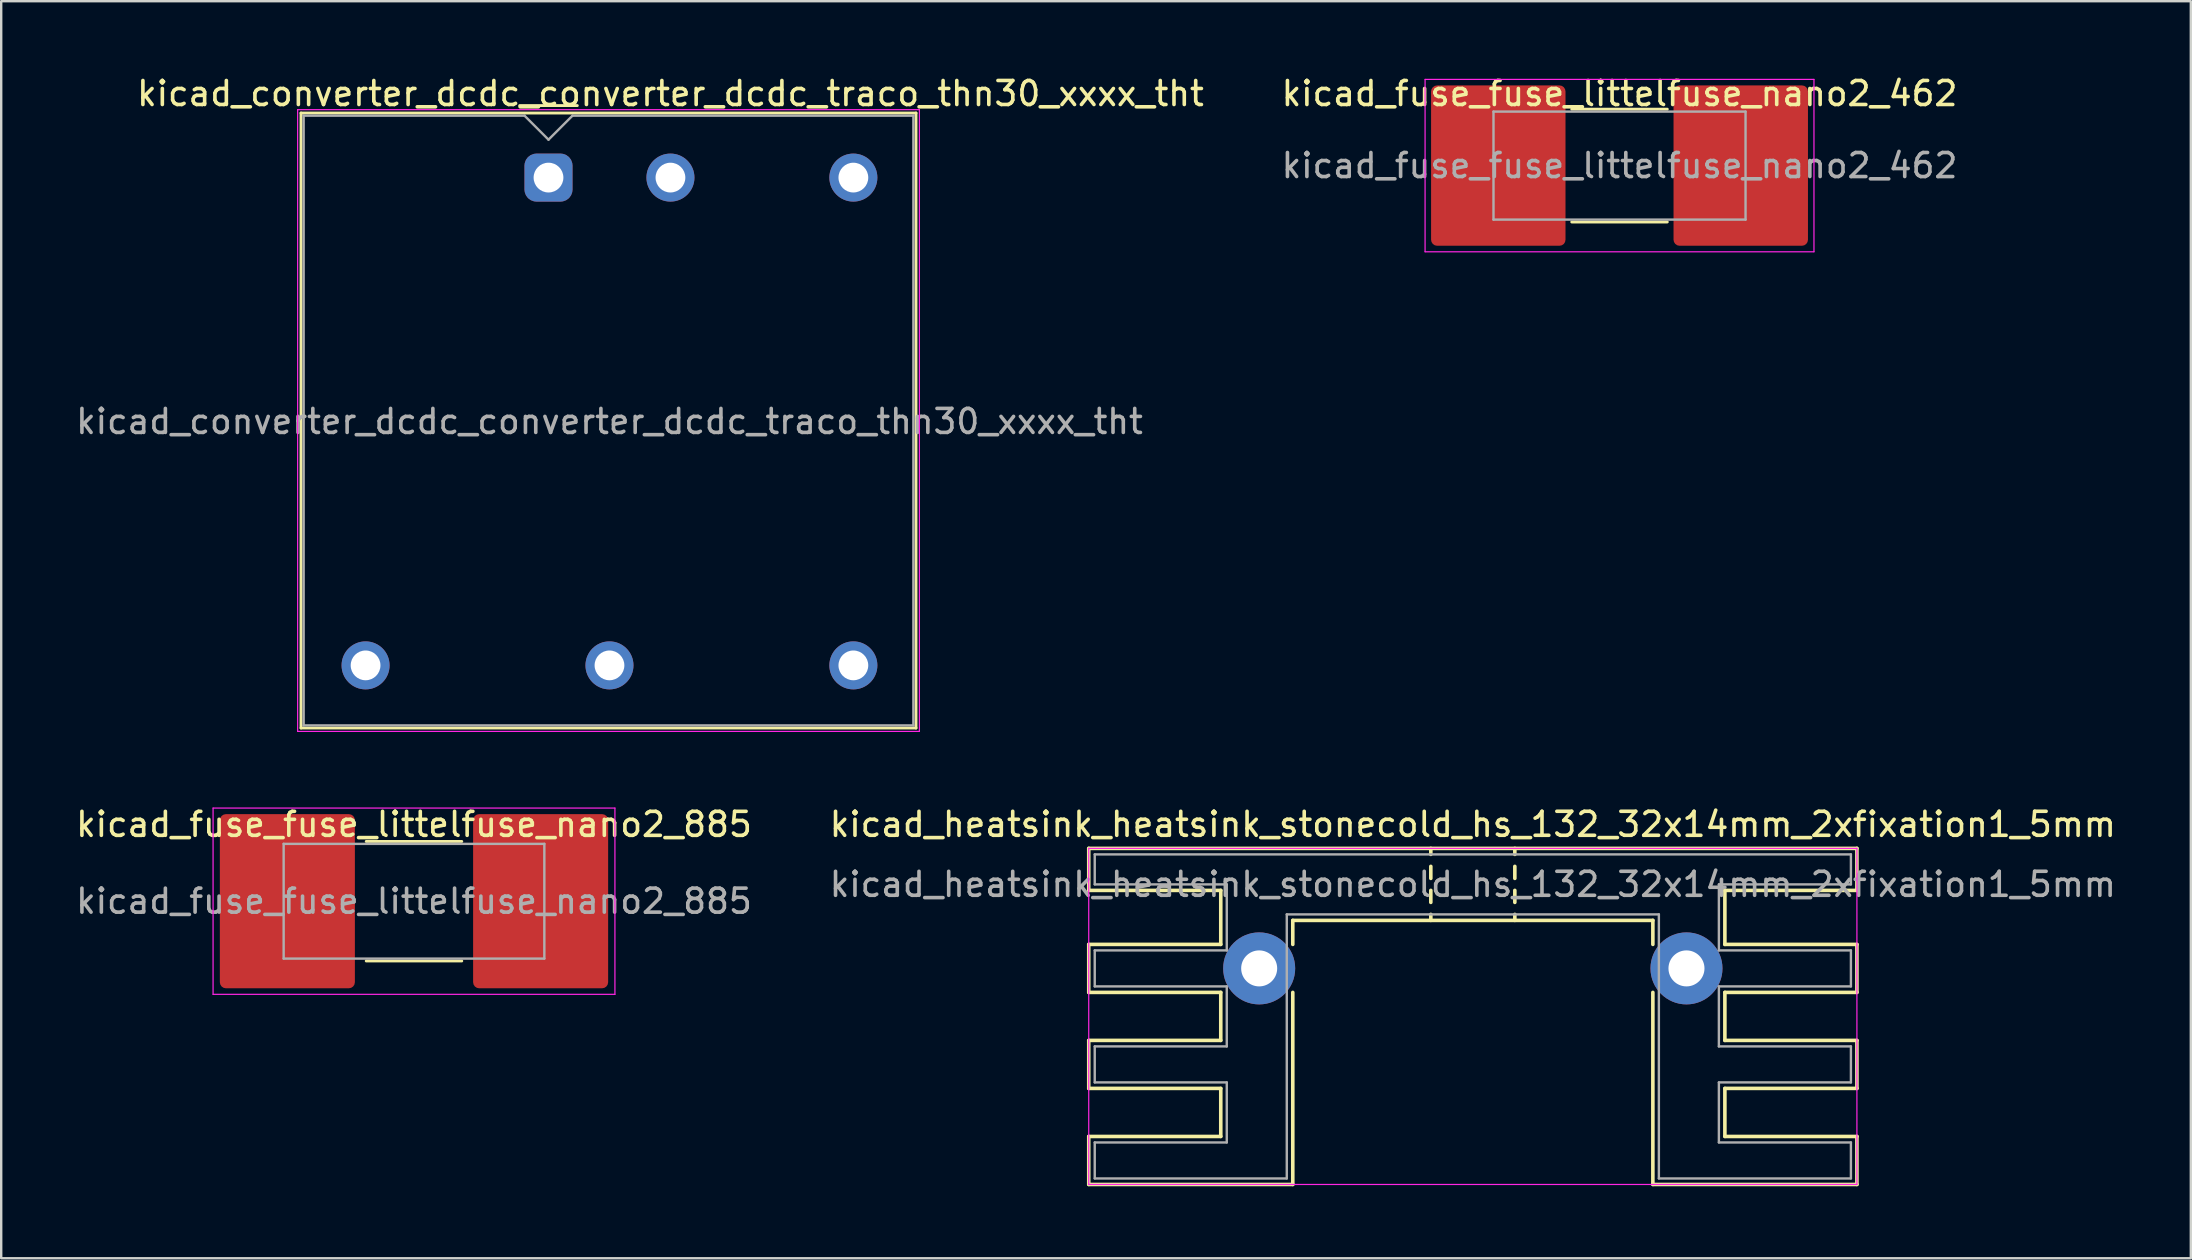
<source format=kicad_pcb>
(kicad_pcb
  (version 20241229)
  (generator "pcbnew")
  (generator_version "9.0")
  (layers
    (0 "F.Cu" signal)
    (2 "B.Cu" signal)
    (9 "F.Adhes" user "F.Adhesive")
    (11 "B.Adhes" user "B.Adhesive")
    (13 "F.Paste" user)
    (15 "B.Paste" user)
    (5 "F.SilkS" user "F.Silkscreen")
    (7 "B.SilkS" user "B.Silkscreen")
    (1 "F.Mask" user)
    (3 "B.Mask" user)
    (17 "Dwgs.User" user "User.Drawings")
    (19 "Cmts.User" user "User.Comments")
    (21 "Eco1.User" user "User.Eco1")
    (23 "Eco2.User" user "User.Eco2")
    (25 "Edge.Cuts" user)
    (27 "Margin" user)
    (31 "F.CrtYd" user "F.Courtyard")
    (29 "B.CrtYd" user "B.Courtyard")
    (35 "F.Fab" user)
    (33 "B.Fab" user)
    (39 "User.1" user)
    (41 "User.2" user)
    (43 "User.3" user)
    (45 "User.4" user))
  (footprint "kicad_fuse_fuse_littelfuse_nano2_462"
    (layer "F.Cu")
    (at 64.415 3.848)
    (property "Reference" "kicad_fuse_fuse_littelfuse_nano2_462" (at 0 -3 0) (unlocked yes) (layer "F.SilkS") (effects (font (size 1 1) (thickness 0.15))))
    (attr smd)
    (fp_line (start -1.99 -2.35) (end 1.99 -2.35) (stroke (width 0.12) (type solid)) (layer "F.SilkS"))
    (fp_line (start -1.99 2.35) (end 1.99 2.35) (stroke (width 0.12) (type solid)) (layer "F.SilkS"))
    (fp_line (start -8.1 -3.59) (end -8.1 3.59) (stroke (width 0.05) (type default)) (layer "F.CrtYd"))
    (fp_line (start -8.1 -3.59) (end 8.1 -3.59) (stroke (width 0.05) (type solid)) (layer "F.CrtYd"))
    (fp_line (start 8.1 -3.59) (end 8.1 3.59) (stroke (width 0.05) (type default)) (layer "F.CrtYd"))
    (fp_line (start 8.1 3.59) (end -8.1 3.59) (stroke (width 0.05) (type solid)) (layer "F.CrtYd"))
    (fp_line (start -5.25 -2.25) (end -5.25 2.25) (stroke (width 0.1) (type default)) (layer "F.Fab"))
    (fp_line (start -5.25 -2.25) (end 5.25 -2.25) (stroke (width 0.1) (type solid)) (layer "F.Fab"))
    (fp_line (start -5.25 2.25) (end 5.25 2.25) (stroke (width 0.1) (type solid)) (layer "F.Fab"))
    (fp_line (start 5.25 -2.25) (end 5.25 2.25) (stroke (width 0.1) (type default)) (layer "F.Fab"))
    (fp_text user "${REFERENCE}" (at 0 0 0) (layer "F.Fab") (effects (font (size 1 1) (thickness 0.15))))
    (pad "1" smd roundrect (at -5.05 0) (size 5.6 6.68) (layers "F.Cu" "F.Mask" "F.Paste") (roundrect_rratio 0.045))
    (pad "2" smd roundrect (at 5.05 0) (size 5.6 6.68) (layers "F.Cu" "F.Mask" "F.Paste") (roundrect_rratio 0.045)))
  (footprint "kicad_fuse_fuse_littelfuse_nano2_885"
    (layer "F.Cu")
    (at 14.196 34.492)
    (property "Reference" "kicad_fuse_fuse_littelfuse_nano2_885" (at 0 -3.2 0) (unlocked yes) (layer "F.SilkS") (effects (font (size 1 1) (thickness 0.15))))
    (attr smd)
    (fp_line (start -1.99 -2.49) (end 1.99 -2.49) (stroke (width 0.12) (type solid)) (layer "F.SilkS"))
    (fp_line (start -1.99 2.49) (end 1.99 2.49) (stroke (width 0.12) (type solid)) (layer "F.SilkS"))
    (fp_line (start -8.37 -3.88) (end -8.37 3.88) (stroke (width 0.05) (type default)) (layer "F.CrtYd"))
    (fp_line (start -8.37 -3.88) (end 8.37 -3.88) (stroke (width 0.05) (type solid)) (layer "F.CrtYd"))
    (fp_line (start 8.37 -3.88) (end 8.37 3.88) (stroke (width 0.05) (type default)) (layer "F.CrtYd"))
    (fp_line (start 8.37 3.88) (end -8.37 3.88) (stroke (width 0.05) (type solid)) (layer "F.CrtYd"))
    (fp_line (start -5.43 -2.39) (end -5.43 2.39) (stroke (width 0.1) (type default)) (layer "F.Fab"))
    (fp_line (start -5.43 -2.39) (end 5.43 -2.39) (stroke (width 0.1) (type solid)) (layer "F.Fab"))
    (fp_line (start -5.43 2.39) (end 5.43 2.39) (stroke (width 0.1) (type solid)) (layer "F.Fab"))
    (fp_line (start 5.43 -2.39) (end 5.43 2.39) (stroke (width 0.1) (type default)) (layer "F.Fab"))
    (fp_text user "${REFERENCE}" (at 0 0 0) (layer "F.Fab") (effects (font (size 1 1) (thickness 0.15))))
    (pad "1" smd roundrect (at -5.275 0) (size 5.625 7.255) (layers "F.Cu" "F.Mask" "F.Paste") (roundrect_rratio 0.045))
    (pad "2" smd roundrect (at 5.275 0) (size 5.625 7.255) (layers "F.Cu" "F.Mask" "F.Paste") (roundrect_rratio 0.045)))
  (footprint "kicad_heatsink_heatsink_stonecold_hs_132_32x14mm_2xfixation1_5mm"
    (layer "F.Cu")
    (at 58.304 37.291)
    (property "Reference" "kicad_heatsink_heatsink_stonecold_hs_132_32x14mm_2xfixation1_5mm" (at 0 -6 0) (layer "F.SilkS") (effects (font (size 1 1) (thickness 0.15))))
    (attr through_hole)
    (fp_line (start -16 -5) (end 16 -5) (stroke (width 0.15) (type solid)) (layer "F.SilkS"))
    (fp_line (start -16 -3.25) (end -16 -5) (stroke (width 0.15) (type solid)) (layer "F.SilkS"))
    (fp_line (start -16 -1) (end -16 1) (stroke (width 0.15) (type solid)) (layer "F.SilkS"))
    (fp_line (start -16 1) (end -10.5 1) (stroke (width 0.15) (type solid)) (layer "F.SilkS"))
    (fp_line (start -16 3) (end -16 5) (stroke (width 0.15) (type solid)) (layer "F.SilkS"))
    (fp_line (start -16 5) (end -10.5 5) (stroke (width 0.15) (type solid)) (layer "F.SilkS"))
    (fp_line (start -16 7) (end -16 9) (stroke (width 0.15) (type solid)) (layer "F.SilkS"))
    (fp_line (start -10.5 -3.25) (end -16 -3.25) (stroke (width 0.15) (type solid)) (layer "F.SilkS"))
    (fp_line (start -10.5 -3.25) (end -10.5 -1) (stroke (width 0.15) (type solid)) (layer "F.SilkS"))
    (fp_line (start -10.5 -1) (end -16 -1) (stroke (width 0.15) (type solid)) (layer "F.SilkS"))
    (fp_line (start -10.5 1) (end -10.5 3) (stroke (width 0.15) (type solid)) (layer "F.SilkS"))
    (fp_line (start -10.5 3) (end -16 3) (stroke (width 0.15) (type solid)) (layer "F.SilkS"))
    (fp_line (start -10.5 5) (end -10.5 7) (stroke (width 0.15) (type solid)) (layer "F.SilkS"))
    (fp_line (start -10.5 7) (end -16 7) (stroke (width 0.15) (type solid)) (layer "F.SilkS"))
    (fp_line (start -7.5 -2) (end -7.5 -1) (stroke (width 0.15) (type solid)) (layer "F.SilkS"))
    (fp_line (start -7.5 -2) (end 7.5 -2) (stroke (width 0.15) (type solid)) (layer "F.SilkS"))
    (fp_line (start -7.5 1) (end -7.5 9) (stroke (width 0.15) (type solid)) (layer "F.SilkS"))
    (fp_line (start -7.5 9) (end -16 9) (stroke (width 0.15) (type solid)) (layer "F.SilkS"))
    (fp_line (start -1.75 -4.75) (end -1.75 -5) (stroke (width 0.15) (type solid)) (layer "F.SilkS"))
    (fp_line (start -1.75 -4.25) (end -1.75 -3.75) (stroke (width 0.15) (type solid)) (layer "F.SilkS"))
    (fp_line (start -1.75 -3.25) (end -1.75 -2.75) (stroke (width 0.15) (type solid)) (layer "F.SilkS"))
    (fp_line (start -1.75 -2.25) (end -1.75 -2) (stroke (width 0.15) (type solid)) (layer "F.SilkS"))
    (fp_line (start 1.75 -4.75) (end 1.75 -5) (stroke (width 0.15) (type solid)) (layer "F.SilkS"))
    (fp_line (start 1.75 -4.25) (end 1.75 -3.75) (stroke (width 0.15) (type solid)) (layer "F.SilkS"))
    (fp_line (start 1.75 -3.25) (end 1.75 -2.75) (stroke (width 0.15) (type solid)) (layer "F.SilkS"))
    (fp_line (start 1.75 -2.25) (end 1.75 -2) (stroke (width 0.15) (type solid)) (layer "F.SilkS"))
    (fp_line (start 7.5 -2) (end 7.5 -1) (stroke (width 0.15) (type solid)) (layer "F.SilkS"))
    (fp_line (start 7.5 1) (end 7.5 9) (stroke (width 0.15) (type solid)) (layer "F.SilkS"))
    (fp_line (start 7.5 9) (end 16 9) (stroke (width 0.15) (type solid)) (layer "F.SilkS"))
    (fp_line (start 10.5 -3.25) (end 10.5 -1) (stroke (width 0.15) (type solid)) (layer "F.SilkS"))
    (fp_line (start 10.5 -3.25) (end 16 -3.25) (stroke (width 0.15) (type solid)) (layer "F.SilkS"))
    (fp_line (start 10.5 -1) (end 16 -1) (stroke (width 0.15) (type solid)) (layer "F.SilkS"))
    (fp_line (start 10.5 1) (end 10.5 3) (stroke (width 0.15) (type solid)) (layer "F.SilkS"))
    (fp_line (start 10.5 1) (end 16 1) (stroke (width 0.15) (type solid)) (layer "F.SilkS"))
    (fp_line (start 10.5 3) (end 16 3) (stroke (width 0.15) (type solid)) (layer "F.SilkS"))
    (fp_line (start 10.5 5) (end 10.5 7) (stroke (width 0.15) (type solid)) (layer "F.SilkS"))
    (fp_line (start 10.5 5) (end 16 5) (stroke (width 0.15) (type solid)) (layer "F.SilkS"))
    (fp_line (start 10.5 7) (end 16 7) (stroke (width 0.15) (type solid)) (layer "F.SilkS"))
    (fp_line (start 16 -5) (end 16 -3.25) (stroke (width 0.15) (type solid)) (layer "F.SilkS"))
    (fp_line (start 16 -1) (end 16 1) (stroke (width 0.15) (type solid)) (layer "F.SilkS"))
    (fp_line (start 16 3) (end 16 5) (stroke (width 0.15) (type solid)) (layer "F.SilkS"))
    (fp_line (start 16 7) (end 16 9) (stroke (width 0.15) (type solid)) (layer "F.SilkS"))
    (fp_line (start -16 -5) (end -16 9) (stroke (width 0.05) (type solid)) (layer "F.CrtYd"))
    (fp_line (start -16 -5) (end 16 -5) (stroke (width 0.05) (type solid)) (layer "F.CrtYd"))
    (fp_line (start 16 9) (end -16 9) (stroke (width 0.05) (type solid)) (layer "F.CrtYd"))
    (fp_line (start 16 9) (end 16 -5) (stroke (width 0.05) (type solid)) (layer "F.CrtYd"))
    (fp_line (start -15.75 -4.75) (end -15.75 -3.5) (stroke (width 0.1) (type solid)) (layer "F.Fab"))
    (fp_line (start -15.75 -3.5) (end -10.25 -3.5) (stroke (width 0.1) (type solid)) (layer "F.Fab"))
    (fp_line (start -15.75 -0.75) (end -15.75 0.75) (stroke (width 0.1) (type solid)) (layer "F.Fab"))
    (fp_line (start -15.75 0.75) (end -10.25 0.75) (stroke (width 0.1) (type solid)) (layer "F.Fab"))
    (fp_line (start -15.75 3.25) (end -15.75 4.75) (stroke (width 0.1) (type solid)) (layer "F.Fab"))
    (fp_line (start -15.75 4.75) (end -10.25 4.75) (stroke (width 0.1) (type solid)) (layer "F.Fab"))
    (fp_line (start -15.75 7.25) (end -15.75 8.75) (stroke (width 0.1) (type solid)) (layer "F.Fab"))
    (fp_line (start -15.75 8.75) (end -7.75 8.75) (stroke (width 0.1) (type solid)) (layer "F.Fab"))
    (fp_line (start -10.25 -3.5) (end -10.25 -0.75) (stroke (width 0.1) (type solid)) (layer "F.Fab"))
    (fp_line (start -10.25 -0.75) (end -15.75 -0.75) (stroke (width 0.1) (type solid)) (layer "F.Fab"))
    (fp_line (start -10.25 0.75) (end -10.25 3.25) (stroke (width 0.1) (type solid)) (layer "F.Fab"))
    (fp_line (start -10.25 3.25) (end -15.75 3.25) (stroke (width 0.1) (type solid)) (layer "F.Fab"))
    (fp_line (start -10.25 4.75) (end -10.25 7.25) (stroke (width 0.1) (type solid)) (layer "F.Fab"))
    (fp_line (start -10.25 7.25) (end -15.75 7.25) (stroke (width 0.1) (type solid)) (layer "F.Fab"))
    (fp_line (start -7.75 -2.25) (end 7.75 -2.25) (stroke (width 0.1) (type solid)) (layer "F.Fab"))
    (fp_line (start -7.75 8.75) (end -7.75 -2.25) (stroke (width 0.1) (type solid)) (layer "F.Fab"))
    (fp_line (start 7.75 -2.25) (end 7.75 8.75) (stroke (width 0.1) (type solid)) (layer "F.Fab"))
    (fp_line (start 7.75 8.75) (end 15.75 8.75) (stroke (width 0.1) (type solid)) (layer "F.Fab"))
    (fp_line (start 10.25 -3.5) (end 15.75 -3.5) (stroke (width 0.1) (type solid)) (layer "F.Fab"))
    (fp_line (start 10.25 -0.75) (end 10.25 -3.5) (stroke (width 0.1) (type solid)) (layer "F.Fab"))
    (fp_line (start 10.25 0.75) (end 15.75 0.75) (stroke (width 0.1) (type solid)) (layer "F.Fab"))
    (fp_line (start 10.25 3.25) (end 10.25 0.75) (stroke (width 0.1) (type solid)) (layer "F.Fab"))
    (fp_line (start 10.25 4.75) (end 15.75 4.75) (stroke (width 0.1) (type solid)) (layer "F.Fab"))
    (fp_line (start 10.25 7.25) (end 10.25 4.75) (stroke (width 0.1) (type solid)) (layer "F.Fab"))
    (fp_line (start 15.75 -4.75) (end -15.75 -4.75) (stroke (width 0.1) (type solid)) (layer "F.Fab"))
    (fp_line (start 15.75 -3.5) (end 15.75 -4.75) (stroke (width 0.1) (type solid)) (layer "F.Fab"))
    (fp_line (start 15.75 -0.75) (end 10.25 -0.75) (stroke (width 0.1) (type solid)) (layer "F.Fab"))
    (fp_line (start 15.75 0.75) (end 15.75 -0.75) (stroke (width 0.1) (type solid)) (layer "F.Fab"))
    (fp_line (start 15.75 3.25) (end 10.25 3.25) (stroke (width 0.1) (type solid)) (layer "F.Fab"))
    (fp_line (start 15.75 4.75) (end 15.75 3.25) (stroke (width 0.1) (type solid)) (layer "F.Fab"))
    (fp_line (start 15.75 7.25) (end 10.25 7.25) (stroke (width 0.1) (type solid)) (layer "F.Fab"))
    (fp_line (start 15.75 8.75) (end 15.75 7.25) (stroke (width 0.1) (type solid)) (layer "F.Fab"))
    (fp_text user "${REFERENCE}" (at 0 -3.5 0) (layer "F.Fab") (effects (font (size 1 1) (thickness 0.15))))
    (pad "1" thru_hole circle (at -8.9 0) (size 3 3) (drill 1.5) (layers "*.Cu" "*.Mask"))
    (pad "1" thru_hole circle (at 8.9 0) (size 3 3) (drill 1.5) (layers "*.Cu" "*.Mask")))
  (footprint "kicad_converter_dcdc_converter_dcdc_traco_thn30_xxxx_tht"
    (layer "F.Cu")
    (at 19.799 4.348)
    (property "Reference" "kicad_converter_dcdc_converter_dcdc_traco_thn30_xxxx_tht" (at 5.08 -3.5 0) (unlocked yes) (layer "F.SilkS") (effects (font (size 1 1) (thickness 0.15))))
    (attr through_hole)
    (fp_line (start -10.31 -2.69) (end -10.31 22.93) (stroke (width 0.12) (type default)) (layer "F.SilkS"))
    (fp_line (start -10.31 -2.69) (end 15.31 -2.69) (stroke (width 0.12) (type default)) (layer "F.SilkS"))
    (fp_line (start -10.31 22.93) (end 15.31 22.93) (stroke (width 0.12) (type default)) (layer "F.SilkS"))
    (fp_line (start -1.2 -3) (end 1.2 -3) (stroke (width 0.12) (type default)) (layer "F.SilkS"))
    (fp_line (start 15.31 22.93) (end 15.31 -2.69) (stroke (width 0.12) (type default)) (layer "F.SilkS"))
    (fp_line (start -10.45 -2.83) (end -10.45 23.07) (stroke (width 0.05) (type default)) (layer "F.CrtYd"))
    (fp_line (start -10.45 -2.83) (end 15.45 -2.83) (stroke (width 0.05) (type default)) (layer "F.CrtYd"))
    (fp_line (start -10.45 23.07) (end 15.45 23.07) (stroke (width 0.05) (type default)) (layer "F.CrtYd"))
    (fp_line (start 15.45 -2.83) (end 15.45 23.07) (stroke (width 0.05) (type default)) (layer "F.CrtYd"))
    (fp_line (start -10.2 -2.58) (end -10.2 22.82) (stroke (width 0.1) (type default)) (layer "F.Fab"))
    (fp_line (start -10.2 -2.58) (end -1 -2.58) (stroke (width 0.1) (type default)) (layer "F.Fab"))
    (fp_line (start -10.2 22.82) (end 15.2 22.82) (stroke (width 0.1) (type default)) (layer "F.Fab"))
    (fp_line (start -1 -2.58) (end 0 -1.58) (stroke (width 0.1) (type default)) (layer "F.Fab"))
    (fp_line (start 1 -2.58) (end 0 -1.58) (stroke (width 0.1) (type default)) (layer "F.Fab"))
    (fp_line (start 1 -2.58) (end 15.2 -2.58) (stroke (width 0.1) (type default)) (layer "F.Fab"))
    (fp_line (start 15.2 -2.58) (end 15.2 22.82) (stroke (width 0.1) (type default)) (layer "F.Fab"))
    (fp_text user "${REFERENCE}" (at 2.54 10.16 0) (unlocked yes) (layer "F.Fab") (effects (font (size 1 1) (thickness 0.15))))
    (pad "1" thru_hole roundrect (at 0 0) (size 2 2) (drill 1.24) (layers "*.Cu" "*.Mask") (roundrect_rratio 0.25))
    (pad "2" thru_hole circle (at 5.08 0) (size 2 2) (drill 1.24) (layers "*.Cu" "*.Mask"))
    (pad "3" thru_hole circle (at -7.62 20.32) (size 2 2) (drill 1.24) (layers "*.Cu" "*.Mask"))
    (pad "4" thru_hole circle (at 2.54 20.32) (size 2 2) (drill 1.24) (layers "*.Cu" "*.Mask"))
    (pad "5" thru_hole circle (at 12.7 20.32) (size 2 2) (drill 1.24) (layers "*.Cu" "*.Mask"))
    (pad "6" thru_hole circle (at 12.7 0) (size 2 2) (drill 1.24) (layers "*.Cu" "*.Mask")))
  (gr_rect
    (start -3 -3)
    (end 88.214 49.367)
    (stroke (width 0.1) (type default))
    (fill no)
    (layer "Edge.Cuts")))
</source>
